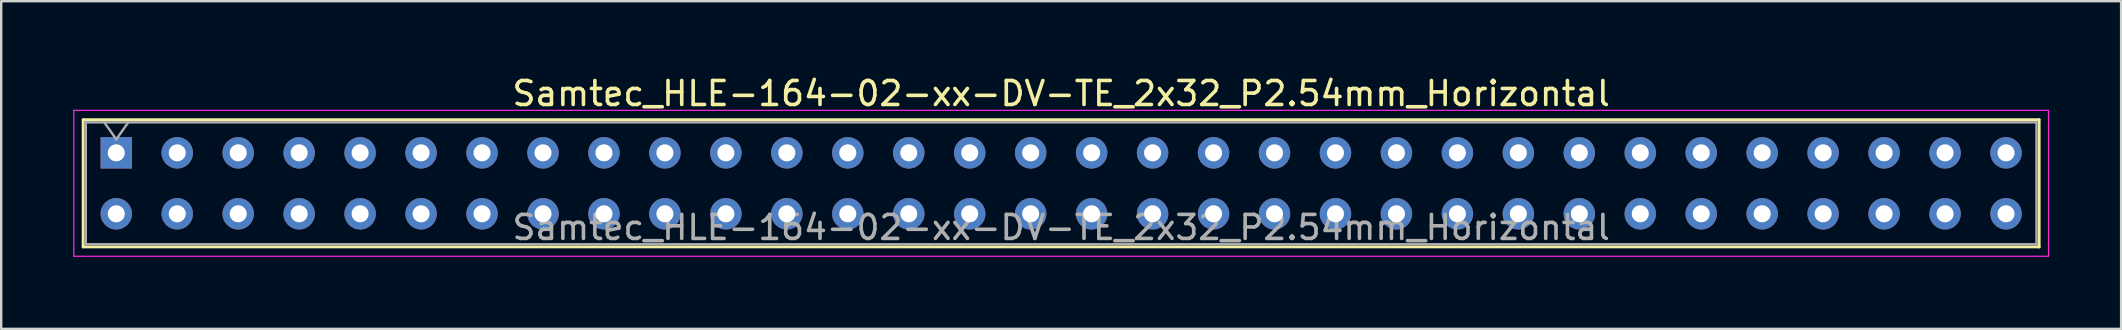
<source format=kicad_pcb>
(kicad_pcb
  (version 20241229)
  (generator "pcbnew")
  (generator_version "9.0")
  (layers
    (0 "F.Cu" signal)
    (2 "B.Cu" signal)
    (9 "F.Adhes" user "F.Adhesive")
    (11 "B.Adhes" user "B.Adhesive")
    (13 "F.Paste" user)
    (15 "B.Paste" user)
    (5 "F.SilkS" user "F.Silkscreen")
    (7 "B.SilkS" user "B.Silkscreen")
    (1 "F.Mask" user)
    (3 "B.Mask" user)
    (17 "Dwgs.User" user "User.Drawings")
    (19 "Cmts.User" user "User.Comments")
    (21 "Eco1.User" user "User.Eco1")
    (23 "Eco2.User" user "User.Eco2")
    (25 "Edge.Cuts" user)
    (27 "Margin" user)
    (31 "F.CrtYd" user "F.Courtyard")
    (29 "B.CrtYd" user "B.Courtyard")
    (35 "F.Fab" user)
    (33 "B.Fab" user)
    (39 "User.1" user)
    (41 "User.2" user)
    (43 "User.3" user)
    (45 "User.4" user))
  (footprint "Samtec_HLE-164-02-xx-DV-TE_2x32_P2.54mm_Horizontal"
    (layer "F.Cu")
    (at 1.795 3.318)
    (property "Reference" "Samtec_HLE-164-02-xx-DV-TE_2x32_P2.54mm_Horizontal" (at 39.37 -2.47 0) (layer "F.SilkS") (effects (font (size 1 1) (thickness 0.15))))
    (attr through_hole)
    (fp_line (start -1.38 -1.38) (end 80.12 -1.38) (stroke (width 0.12) (type solid)) (layer "F.SilkS"))
    (fp_line (start -1.38 3.92) (end -1.38 -1.38) (stroke (width 0.12) (type solid)) (layer "F.SilkS"))
    (fp_line (start 80.12 -1.38) (end 80.12 3.92) (stroke (width 0.12) (type solid)) (layer "F.SilkS"))
    (fp_line (start 80.12 3.92) (end -1.38 3.92) (stroke (width 0.12) (type solid)) (layer "F.SilkS"))
    (fp_line (start -1.77 -1.77) (end 80.51 -1.77) (stroke (width 0.05) (type solid)) (layer "F.CrtYd"))
    (fp_line (start -1.77 4.31) (end -1.77 -1.77) (stroke (width 0.05) (type solid)) (layer "F.CrtYd"))
    (fp_line (start 80.51 -1.77) (end 80.51 4.31) (stroke (width 0.05) (type solid)) (layer "F.CrtYd"))
    (fp_line (start 80.51 4.31) (end -1.77 4.31) (stroke (width 0.05) (type solid)) (layer "F.CrtYd"))
    (fp_line (start -1.27 -1.27) (end 80.01 -1.27) (stroke (width 0.1) (type solid)) (layer "F.Fab"))
    (fp_line (start -1.27 3.81) (end -1.27 -1.27) (stroke (width 0.1) (type solid)) (layer "F.Fab"))
    (fp_line (start -0.5 -1.27) (end 0 -0.563) (stroke (width 0.1) (type solid)) (layer "F.Fab"))
    (fp_line (start 0 -0.563) (end 0.5 -1.27) (stroke (width 0.1) (type solid)) (layer "F.Fab"))
    (fp_line (start 80.01 -1.27) (end 80.01 3.81) (stroke (width 0.1) (type solid)) (layer "F.Fab"))
    (fp_line (start 80.01 3.81) (end -1.27 3.81) (stroke (width 0.1) (type solid)) (layer "F.Fab"))
    (fp_text user "${REFERENCE}" (at 39.37 3.11 0) (layer "F.Fab") (effects (font (size 1 1) (thickness 0.15))))
    (pad "1" thru_hole rect (at 0 0) (size 1.31 1.31) (drill 0.71) (layers "*.Cu" "*.Mask"))
    (pad "2" thru_hole circle (at 0 2.54) (size 1.31 1.31) (drill 0.71) (layers "*.Cu" "*.Mask"))
    (pad "3" thru_hole circle (at 2.54 0) (size 1.31 1.31) (drill 0.71) (layers "*.Cu" "*.Mask"))
    (pad "4" thru_hole circle (at 2.54 2.54) (size 1.31 1.31) (drill 0.71) (layers "*.Cu" "*.Mask"))
    (pad "5" thru_hole circle (at 5.08 0) (size 1.31 1.31) (drill 0.71) (layers "*.Cu" "*.Mask"))
    (pad "6" thru_hole circle (at 5.08 2.54) (size 1.31 1.31) (drill 0.71) (layers "*.Cu" "*.Mask"))
    (pad "7" thru_hole circle (at 7.62 0) (size 1.31 1.31) (drill 0.71) (layers "*.Cu" "*.Mask"))
    (pad "8" thru_hole circle (at 7.62 2.54) (size 1.31 1.31) (drill 0.71) (layers "*.Cu" "*.Mask"))
    (pad "9" thru_hole circle (at 10.16 0) (size 1.31 1.31) (drill 0.71) (layers "*.Cu" "*.Mask"))
    (pad "10" thru_hole circle (at 10.16 2.54) (size 1.31 1.31) (drill 0.71) (layers "*.Cu" "*.Mask"))
    (pad "11" thru_hole circle (at 12.7 0) (size 1.31 1.31) (drill 0.71) (layers "*.Cu" "*.Mask"))
    (pad "12" thru_hole circle (at 12.7 2.54) (size 1.31 1.31) (drill 0.71) (layers "*.Cu" "*.Mask"))
    (pad "13" thru_hole circle (at 15.24 0) (size 1.31 1.31) (drill 0.71) (layers "*.Cu" "*.Mask"))
    (pad "14" thru_hole circle (at 15.24 2.54) (size 1.31 1.31) (drill 0.71) (layers "*.Cu" "*.Mask"))
    (pad "15" thru_hole circle (at 17.78 0) (size 1.31 1.31) (drill 0.71) (layers "*.Cu" "*.Mask"))
    (pad "16" thru_hole circle (at 17.78 2.54) (size 1.31 1.31) (drill 0.71) (layers "*.Cu" "*.Mask"))
    (pad "17" thru_hole circle (at 20.32 0) (size 1.31 1.31) (drill 0.71) (layers "*.Cu" "*.Mask"))
    (pad "18" thru_hole circle (at 20.32 2.54) (size 1.31 1.31) (drill 0.71) (layers "*.Cu" "*.Mask"))
    (pad "19" thru_hole circle (at 22.86 0) (size 1.31 1.31) (drill 0.71) (layers "*.Cu" "*.Mask"))
    (pad "20" thru_hole circle (at 22.86 2.54) (size 1.31 1.31) (drill 0.71) (layers "*.Cu" "*.Mask"))
    (pad "21" thru_hole circle (at 25.4 0) (size 1.31 1.31) (drill 0.71) (layers "*.Cu" "*.Mask"))
    (pad "22" thru_hole circle (at 25.4 2.54) (size 1.31 1.31) (drill 0.71) (layers "*.Cu" "*.Mask"))
    (pad "23" thru_hole circle (at 27.94 0) (size 1.31 1.31) (drill 0.71) (layers "*.Cu" "*.Mask"))
    (pad "24" thru_hole circle (at 27.94 2.54) (size 1.31 1.31) (drill 0.71) (layers "*.Cu" "*.Mask"))
    (pad "25" thru_hole circle (at 30.48 0) (size 1.31 1.31) (drill 0.71) (layers "*.Cu" "*.Mask"))
    (pad "26" thru_hole circle (at 30.48 2.54) (size 1.31 1.31) (drill 0.71) (layers "*.Cu" "*.Mask"))
    (pad "27" thru_hole circle (at 33.02 0) (size 1.31 1.31) (drill 0.71) (layers "*.Cu" "*.Mask"))
    (pad "28" thru_hole circle (at 33.02 2.54) (size 1.31 1.31) (drill 0.71) (layers "*.Cu" "*.Mask"))
    (pad "29" thru_hole circle (at 35.56 0) (size 1.31 1.31) (drill 0.71) (layers "*.Cu" "*.Mask"))
    (pad "30" thru_hole circle (at 35.56 2.54) (size 1.31 1.31) (drill 0.71) (layers "*.Cu" "*.Mask"))
    (pad "31" thru_hole circle (at 38.1 0) (size 1.31 1.31) (drill 0.71) (layers "*.Cu" "*.Mask"))
    (pad "32" thru_hole circle (at 38.1 2.54) (size 1.31 1.31) (drill 0.71) (layers "*.Cu" "*.Mask"))
    (pad "33" thru_hole circle (at 40.64 0) (size 1.31 1.31) (drill 0.71) (layers "*.Cu" "*.Mask"))
    (pad "34" thru_hole circle (at 40.64 2.54) (size 1.31 1.31) (drill 0.71) (layers "*.Cu" "*.Mask"))
    (pad "35" thru_hole circle (at 43.18 0) (size 1.31 1.31) (drill 0.71) (layers "*.Cu" "*.Mask"))
    (pad "36" thru_hole circle (at 43.18 2.54) (size 1.31 1.31) (drill 0.71) (layers "*.Cu" "*.Mask"))
    (pad "37" thru_hole circle (at 45.72 0) (size 1.31 1.31) (drill 0.71) (layers "*.Cu" "*.Mask"))
    (pad "38" thru_hole circle (at 45.72 2.54) (size 1.31 1.31) (drill 0.71) (layers "*.Cu" "*.Mask"))
    (pad "39" thru_hole circle (at 48.26 0) (size 1.31 1.31) (drill 0.71) (layers "*.Cu" "*.Mask"))
    (pad "40" thru_hole circle (at 48.26 2.54) (size 1.31 1.31) (drill 0.71) (layers "*.Cu" "*.Mask"))
    (pad "41" thru_hole circle (at 50.8 0) (size 1.31 1.31) (drill 0.71) (layers "*.Cu" "*.Mask"))
    (pad "42" thru_hole circle (at 50.8 2.54) (size 1.31 1.31) (drill 0.71) (layers "*.Cu" "*.Mask"))
    (pad "43" thru_hole circle (at 53.34 0) (size 1.31 1.31) (drill 0.71) (layers "*.Cu" "*.Mask"))
    (pad "44" thru_hole circle (at 53.34 2.54) (size 1.31 1.31) (drill 0.71) (layers "*.Cu" "*.Mask"))
    (pad "45" thru_hole circle (at 55.88 0) (size 1.31 1.31) (drill 0.71) (layers "*.Cu" "*.Mask"))
    (pad "46" thru_hole circle (at 55.88 2.54) (size 1.31 1.31) (drill 0.71) (layers "*.Cu" "*.Mask"))
    (pad "47" thru_hole circle (at 58.42 0) (size 1.31 1.31) (drill 0.71) (layers "*.Cu" "*.Mask"))
    (pad "48" thru_hole circle (at 58.42 2.54) (size 1.31 1.31) (drill 0.71) (layers "*.Cu" "*.Mask"))
    (pad "49" thru_hole circle (at 60.96 0) (size 1.31 1.31) (drill 0.71) (layers "*.Cu" "*.Mask"))
    (pad "50" thru_hole circle (at 60.96 2.54) (size 1.31 1.31) (drill 0.71) (layers "*.Cu" "*.Mask"))
    (pad "51" thru_hole circle (at 63.5 0) (size 1.31 1.31) (drill 0.71) (layers "*.Cu" "*.Mask"))
    (pad "52" thru_hole circle (at 63.5 2.54) (size 1.31 1.31) (drill 0.71) (layers "*.Cu" "*.Mask"))
    (pad "53" thru_hole circle (at 66.04 0) (size 1.31 1.31) (drill 0.71) (layers "*.Cu" "*.Mask"))
    (pad "54" thru_hole circle (at 66.04 2.54) (size 1.31 1.31) (drill 0.71) (layers "*.Cu" "*.Mask"))
    (pad "55" thru_hole circle (at 68.58 0) (size 1.31 1.31) (drill 0.71) (layers "*.Cu" "*.Mask"))
    (pad "56" thru_hole circle (at 68.58 2.54) (size 1.31 1.31) (drill 0.71) (layers "*.Cu" "*.Mask"))
    (pad "57" thru_hole circle (at 71.12 0) (size 1.31 1.31) (drill 0.71) (layers "*.Cu" "*.Mask"))
    (pad "58" thru_hole circle (at 71.12 2.54) (size 1.31 1.31) (drill 0.71) (layers "*.Cu" "*.Mask"))
    (pad "59" thru_hole circle (at 73.66 0) (size 1.31 1.31) (drill 0.71) (layers "*.Cu" "*.Mask"))
    (pad "60" thru_hole circle (at 73.66 2.54) (size 1.31 1.31) (drill 0.71) (layers "*.Cu" "*.Mask"))
    (pad "61" thru_hole circle (at 76.2 0) (size 1.31 1.31) (drill 0.71) (layers "*.Cu" "*.Mask"))
    (pad "62" thru_hole circle (at 76.2 2.54) (size 1.31 1.31) (drill 0.71) (layers "*.Cu" "*.Mask"))
    (pad "63" thru_hole circle (at 78.74 0) (size 1.31 1.31) (drill 0.71) (layers "*.Cu" "*.Mask"))
    (pad "64" thru_hole circle (at 78.74 2.54) (size 1.31 1.31) (drill 0.71) (layers "*.Cu" "*.Mask")))
  (gr_rect
    (start -3 -3)
    (end 85.33 10.653)
    (stroke (width 0.1) (type default))
    (fill no)
    (layer "Edge.Cuts")))
</source>
